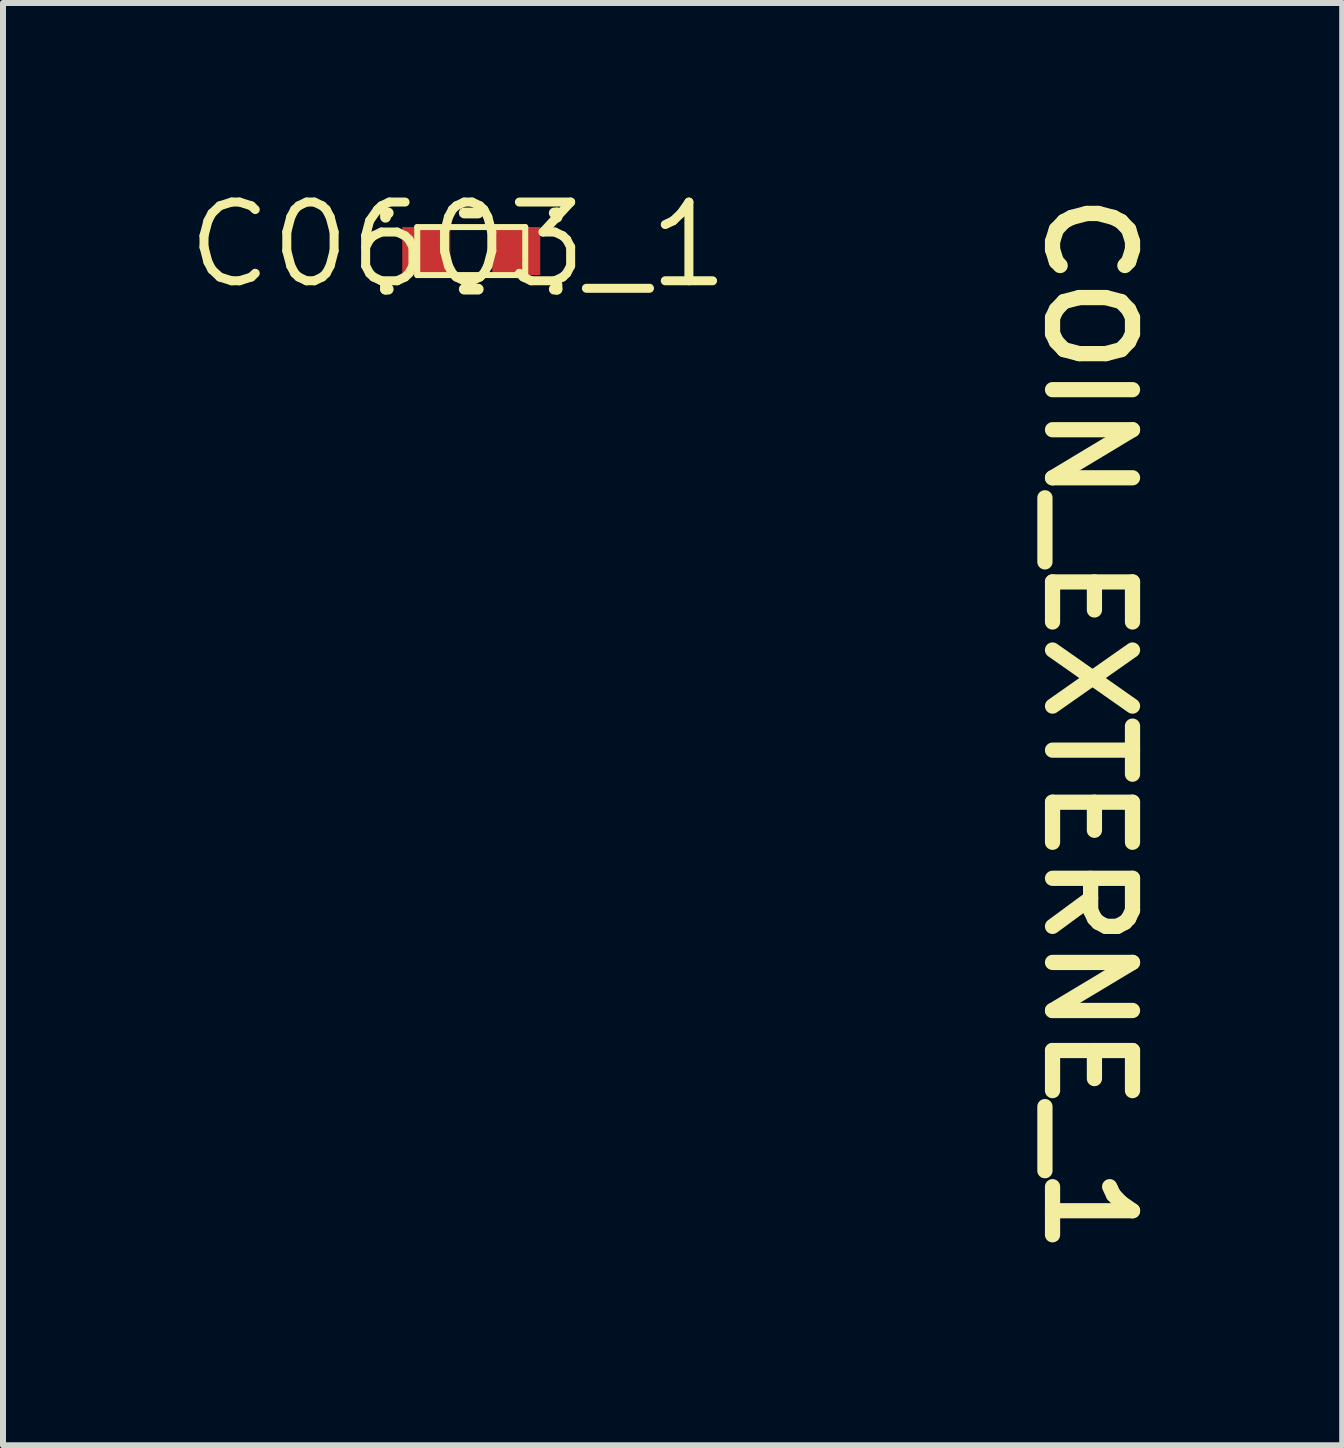
<source format=kicad_pcb>
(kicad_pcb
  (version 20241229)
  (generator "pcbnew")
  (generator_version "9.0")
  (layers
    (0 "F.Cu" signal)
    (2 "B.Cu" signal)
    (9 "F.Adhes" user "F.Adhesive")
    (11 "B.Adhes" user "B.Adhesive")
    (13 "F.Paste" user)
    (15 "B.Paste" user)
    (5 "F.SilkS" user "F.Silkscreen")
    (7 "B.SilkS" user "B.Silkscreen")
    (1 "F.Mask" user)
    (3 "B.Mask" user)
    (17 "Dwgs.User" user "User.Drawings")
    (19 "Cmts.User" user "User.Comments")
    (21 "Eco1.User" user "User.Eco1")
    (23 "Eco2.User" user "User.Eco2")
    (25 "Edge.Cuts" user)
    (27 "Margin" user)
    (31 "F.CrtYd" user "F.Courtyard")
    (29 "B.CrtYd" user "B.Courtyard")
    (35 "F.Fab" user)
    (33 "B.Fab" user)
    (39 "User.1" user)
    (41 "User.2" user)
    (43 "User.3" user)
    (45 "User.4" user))
  (footprint "COIN_EXTERNE_1"
    (layer "F.Cu")
    (at 14.082 6.988)
    (property "Reference" "COIN_EXTERNE_1" (at 1.016 2.032 270) (unlocked yes) (layer "F.SilkS") (effects (font (size 1.333 1.402) (thickness 0.254))))
    (attr smd)
    (fp_line (start -1.905 -0.635) (end -0.635 -0.635) (stroke (width 0.00003) (type solid)) (layer "Dwgs.User"))
    (fp_line (start -1.905 0) (end -1.905 -0.635) (stroke (width 0.00003) (type solid)) (layer "Dwgs.User"))
    (fp_line (start -1.905 0) (end 0 0) (stroke (width 0.00003) (type solid)) (layer "Dwgs.User"))
    (fp_line (start -0.635 -1.905) (end 0 -1.905) (stroke (width 0.00003) (type solid)) (layer "Dwgs.User"))
    (fp_line (start -0.635 -0.635) (end -0.635 -1.905) (stroke (width 0.00003) (type solid)) (layer "Dwgs.User"))
    (fp_line (start 0 0) (end 0 -1.905) (stroke (width 0.00003) (type solid)) (layer "Dwgs.User")))
  (footprint "C0603_1"
    (layer "F.Cu")
    (at 4.805 1.135)
    (property "Reference" "C0603_1" (at -0.216 -0.104 0) (unlocked yes) (layer "F.SilkS") (effects (font (size 1.312 1.38) (thickness 0.15))))
    (attr smd)
    (fp_line (start -1.429 -0.635) (end -1.384 -0.635) (stroke (width 0.18) (type solid)) (layer "F.SilkS"))
    (fp_line (start -1.429 -0.564) (end -1.429 -0.635) (stroke (width 0.18) (type solid)) (layer "F.SilkS"))
    (fp_line (start -1.429 0.635) (end -1.429 0.564) (stroke (width 0.18) (type solid)) (layer "F.SilkS"))
    (fp_line (start -1.429 0.635) (end -1.384 0.635) (stroke (width 0.18) (type solid)) (layer "F.SilkS"))
    (fp_line (start -0.9 -0.4) (end 0.9 -0.4) (stroke (width 0.1) (type solid)) (layer "F.SilkS"))
    (fp_line (start -0.9 0.4) (end -0.9 -0.4) (stroke (width 0.1) (type solid)) (layer "F.SilkS"))
    (fp_line (start -0.9 0.4) (end 0.9 0.4) (stroke (width 0.1) (type solid)) (layer "F.SilkS"))
    (fp_line (start -0.116 -0.635) (end 0.116 -0.635) (stroke (width 0.18) (type solid)) (layer "F.SilkS"))
    (fp_line (start -0.116 0.635) (end 0.116 0.635) (stroke (width 0.18) (type solid)) (layer "F.SilkS"))
    (fp_line (start 0.9 0.4) (end 0.9 -0.4) (stroke (width 0.1) (type solid)) (layer "F.SilkS"))
    (fp_line (start 1.384 -0.635) (end 1.429 -0.635) (stroke (width 0.18) (type solid)) (layer "F.SilkS"))
    (fp_line (start 1.384 0.635) (end 1.429 0.635) (stroke (width 0.18) (type solid)) (layer "F.SilkS"))
    (fp_line (start 1.429 -0.564) (end 1.429 -0.635) (stroke (width 0.18) (type solid)) (layer "F.SilkS"))
    (fp_line (start 1.429 0.635) (end 1.429 0.564) (stroke (width 0.18) (type solid)) (layer "F.SilkS"))
    (pad "1" smd rect (at -0.75 0) (size 0.8 0.8) (layers "F.Cu" "F.Mask" "F.Paste"))
    (pad "2" smd rect (at 0.75 0) (size 0.8 0.8) (layers "F.Cu" "F.Mask" "F.Paste")))
  (gr_rect
    (start -3 -3)
    (end 19.323 21.041)
    (stroke (width 0.1) (type default))
    (fill no)
    (layer "Edge.Cuts")))
</source>
